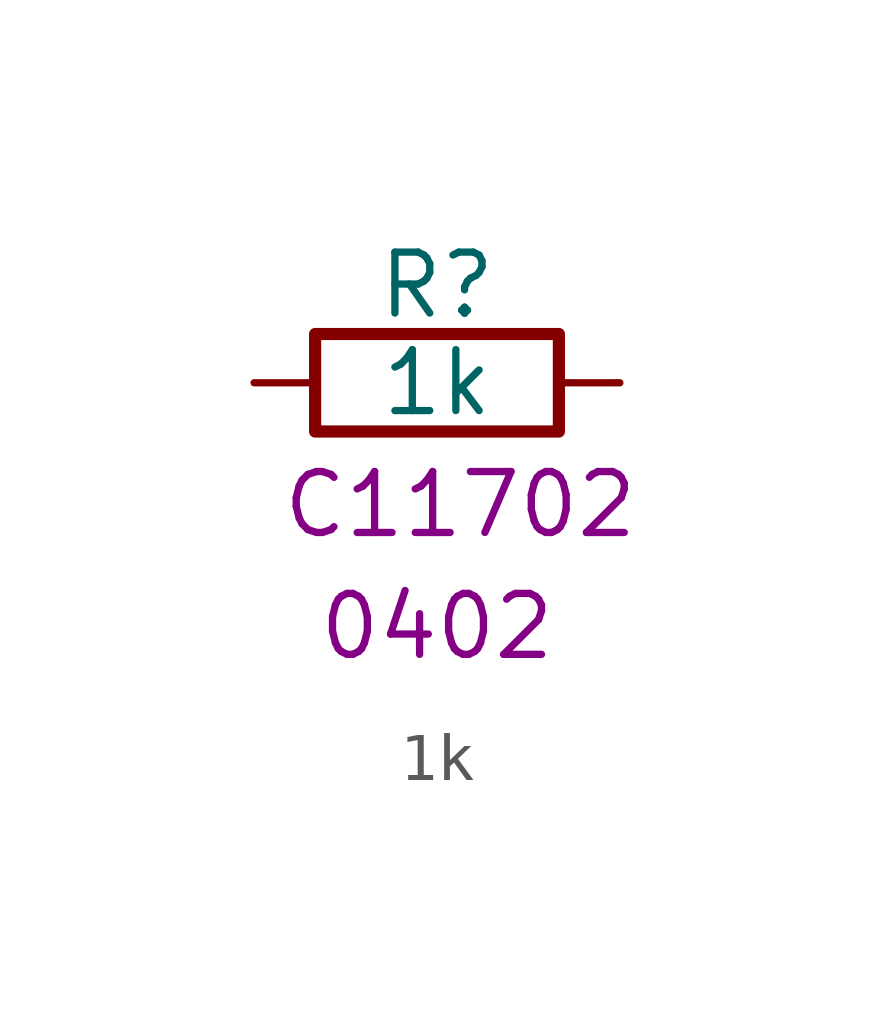
<source format=kicad_sym>
(kicad_symbol_lib
  (version 20220914)
  (generator kicad_symbol_editor)
  (symbol "1k"
    (pin_numbers hide)
    (pin_names
      (offset 0))
    (property "Reference" "R"
      (at 0 2.032 0)
      (effects (font (size 1.27 1.27))))
    (property "Value" "1k"
      (at 0 0 0)
      (effects (font (size 1.27 1.27))))
    (property "LCSC" " C11702"
      (at 0 -2.54 0)
      (effects (font (size 1.27 1.27))))
    (property "Package" "0402"
      (at 0 -5.08 0)
      (effects (font (size 1.27 1.27))))
    (symbol "1k_0_1"
      (rectangle (start -2.54 -1.016) (end 2.54 1.016) (stroke (width 0.254) (type default)) (fill (type none))))
    (symbol "1k_1_1"
      (pin passive line (at -3.81 0 0) (length 1.27) (name "~" (effects (font (size 1.27 1.27)))) (number "1" (effects (font (size 1.27 1.27)))))
      (pin passive line (at 3.81 0 180) (length 1.27) (name "~" (effects (font (size 1.27 1.27)))) (number "2" (effects (font (size 1.27 1.27))))))))
</source>
